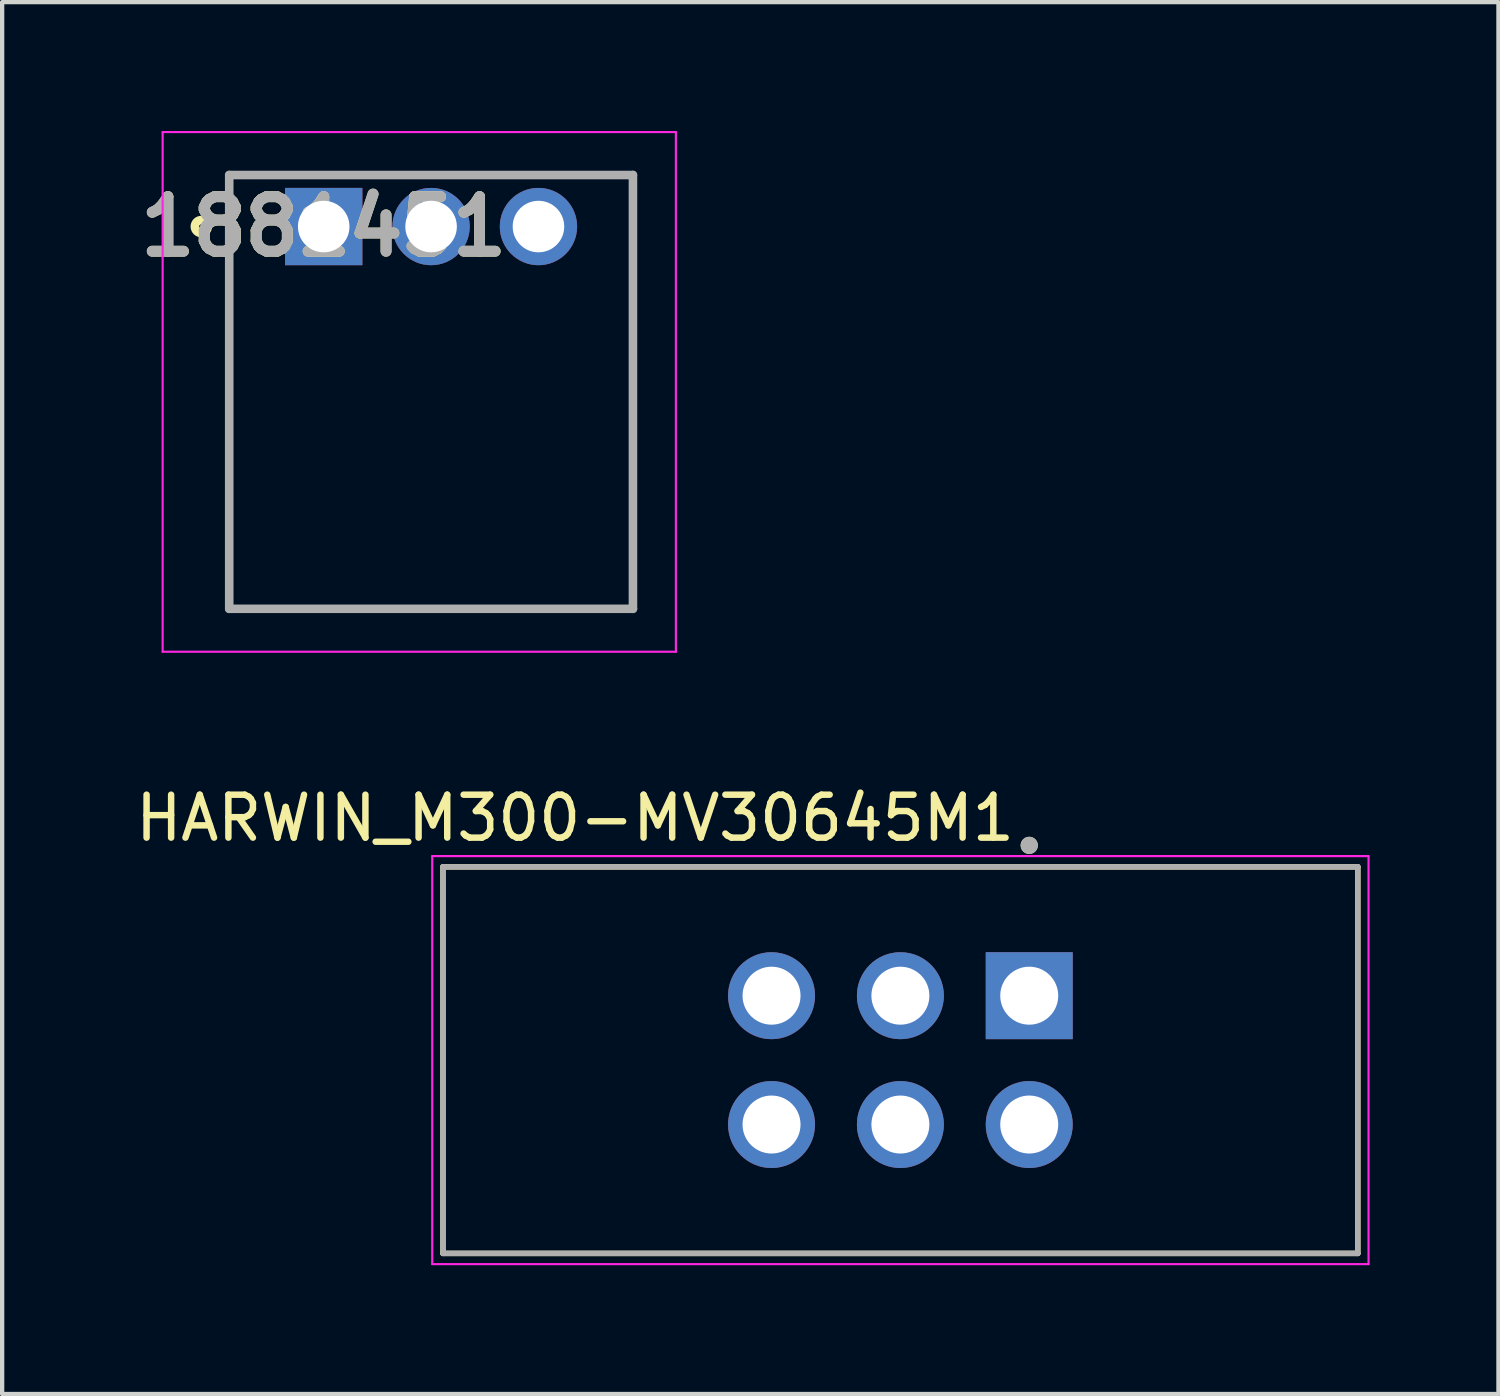
<source format=kicad_pcb>
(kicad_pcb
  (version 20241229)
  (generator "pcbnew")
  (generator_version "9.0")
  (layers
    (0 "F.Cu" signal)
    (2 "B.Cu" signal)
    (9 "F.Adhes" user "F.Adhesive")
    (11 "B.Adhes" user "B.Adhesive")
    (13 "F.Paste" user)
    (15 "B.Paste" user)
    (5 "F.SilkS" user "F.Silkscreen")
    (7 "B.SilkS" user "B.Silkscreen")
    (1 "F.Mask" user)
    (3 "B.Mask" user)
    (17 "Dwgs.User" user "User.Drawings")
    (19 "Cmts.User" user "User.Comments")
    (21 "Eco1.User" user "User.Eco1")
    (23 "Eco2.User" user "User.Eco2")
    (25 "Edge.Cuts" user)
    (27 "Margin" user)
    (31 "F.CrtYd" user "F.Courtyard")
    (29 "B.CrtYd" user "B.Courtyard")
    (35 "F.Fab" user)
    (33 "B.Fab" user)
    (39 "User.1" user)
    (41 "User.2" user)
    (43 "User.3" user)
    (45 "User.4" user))
  (footprint "1881451"
    (layer "F.Cu")
    (at 4.487 2.225)
    (property "Reference" "1881451" (at 0 0 0) (layer "F.SilkS") (effects (font (size 1.27 1.27) (thickness 0.254))))
    (attr through_hole)
    (fp_line (start -2.2 -1.2) (end 7.2 -1.2) (stroke (width 0.1) (type solid)) (layer "F.SilkS"))
    (fp_line (start -2.2 8.9) (end -2.2 -1.2) (stroke (width 0.1) (type solid)) (layer "F.SilkS"))
    (fp_line (start 7.2 -1.2) (end 7.2 8.9) (stroke (width 0.1) (type solid)) (layer "F.SilkS"))
    (fp_line (start 7.2 8.9) (end -2.2 8.9) (stroke (width 0.1) (type solid)) (layer "F.SilkS"))
    (fp_circle (center -2.85 0) (end -2.85 0.05) (stroke (width 0.2) (type solid)) (fill no) (layer "F.SilkS"))
    (fp_line (start -3.75 -2.2) (end 8.2 -2.2) (stroke (width 0.05) (type solid)) (layer "F.CrtYd"))
    (fp_line (start -3.75 9.9) (end -3.75 -2.2) (stroke (width 0.05) (type solid)) (layer "F.CrtYd"))
    (fp_line (start 8.2 -2.2) (end 8.2 9.9) (stroke (width 0.05) (type solid)) (layer "F.CrtYd"))
    (fp_line (start 8.2 9.9) (end -3.75 9.9) (stroke (width 0.05) (type solid)) (layer "F.CrtYd"))
    (fp_line (start -2.2 -1.2) (end 7.2 -1.2) (stroke (width 0.2) (type solid)) (layer "F.Fab"))
    (fp_line (start -2.2 8.9) (end -2.2 -1.2) (stroke (width 0.2) (type solid)) (layer "F.Fab"))
    (fp_line (start 7.2 -1.2) (end 7.2 8.9) (stroke (width 0.2) (type solid)) (layer "F.Fab"))
    (fp_line (start 7.2 8.9) (end -2.2 8.9) (stroke (width 0.2) (type solid)) (layer "F.Fab"))
    (fp_text user "${REFERENCE}" (at 0 0 0) (layer "F.Fab") (effects (font (size 1.27 1.27) (thickness 0.254))))
    (pad "1" thru_hole rect (at 0 0) (size 1.8 1.8) (drill 1.2) (layers "*.Cu" "*.Mask"))
    (pad "2" thru_hole circle (at 2.5 0) (size 1.8 1.8) (drill 1.2) (layers "*.Cu" "*.Mask"))
    (pad "3" thru_hole circle (at 5 0) (size 1.8 1.8) (drill 1.2) (layers "*.Cu" "*.Mask")))
  (footprint "HARWIN_M300-MV30645M1"
    (layer "F.Cu")
    (at 17.914 21.633)
    (property "Reference" "HARWIN_M300-MV30645M1" (at -7.575 -5.635 0) (layer "F.SilkS") (effects (font (size 1 1) (thickness 0.15))))
    (attr through_hole)
    (fp_line (start -10.65 -4.5) (end -10.65 4.5) (stroke (width 0.127) (type solid)) (layer "F.SilkS"))
    (fp_line (start -10.65 -4.5) (end 10.65 -4.5) (stroke (width 0.127) (type solid)) (layer "F.SilkS"))
    (fp_line (start 10.65 4.5) (end -10.65 4.5) (stroke (width 0.127) (type solid)) (layer "F.SilkS"))
    (fp_line (start 10.65 4.5) (end 10.65 -4.5) (stroke (width 0.127) (type solid)) (layer "F.SilkS"))
    (fp_circle (center 3 -5) (end 3.1 -5) (stroke (width 0.2) (type solid)) (fill no) (layer "F.SilkS"))
    (fp_line (start -10.9 -4.75) (end 10.9 -4.75) (stroke (width 0.05) (type solid)) (layer "F.CrtYd"))
    (fp_line (start -10.9 4.75) (end -10.9 -4.75) (stroke (width 0.05) (type solid)) (layer "F.CrtYd"))
    (fp_line (start 10.9 -4.75) (end 10.9 4.75) (stroke (width 0.05) (type solid)) (layer "F.CrtYd"))
    (fp_line (start 10.9 4.75) (end -10.9 4.75) (stroke (width 0.05) (type solid)) (layer "F.CrtYd"))
    (fp_line (start -10.65 -4.5) (end -10.65 4.5) (stroke (width 0.127) (type solid)) (layer "F.Fab"))
    (fp_line (start -10.65 -4.5) (end 10.65 -4.5) (stroke (width 0.127) (type solid)) (layer "F.Fab"))
    (fp_line (start 10.65 4.5) (end -10.65 4.5) (stroke (width 0.127) (type solid)) (layer "F.Fab"))
    (fp_line (start 10.65 4.5) (end 10.65 -4.5) (stroke (width 0.127) (type solid)) (layer "F.Fab"))
    (fp_circle (center 3 -5) (end 3.1 -5) (stroke (width 0.2) (type solid)) (fill no) (layer "F.Fab"))
    (pad "1" thru_hole rect (at 3 -1.5) (size 2.025 2.025) (drill 1.35) (layers "*.Cu" "*.Mask"))
    (pad "2" thru_hole circle (at 0 -1.5) (size 2.025 2.025) (drill 1.35) (layers "*.Cu" "*.Mask"))
    (pad "3" thru_hole circle (at -3 -1.5) (size 2.025 2.025) (drill 1.35) (layers "*.Cu" "*.Mask"))
    (pad "4" thru_hole circle (at 3 1.5) (size 2.025 2.025) (drill 1.35) (layers "*.Cu" "*.Mask"))
    (pad "5" thru_hole circle (at 0 1.5) (size 2.025 2.025) (drill 1.35) (layers "*.Cu" "*.Mask"))
    (pad "6" thru_hole circle (at -3 1.5) (size 2.025 2.025) (drill 1.35) (layers "*.Cu" "*.Mask")))
  (gr_rect
    (start -3 -3)
    (end 31.839 29.408)
    (stroke (width 0.1) (type default))
    (fill no)
    (layer "Edge.Cuts")))
</source>
